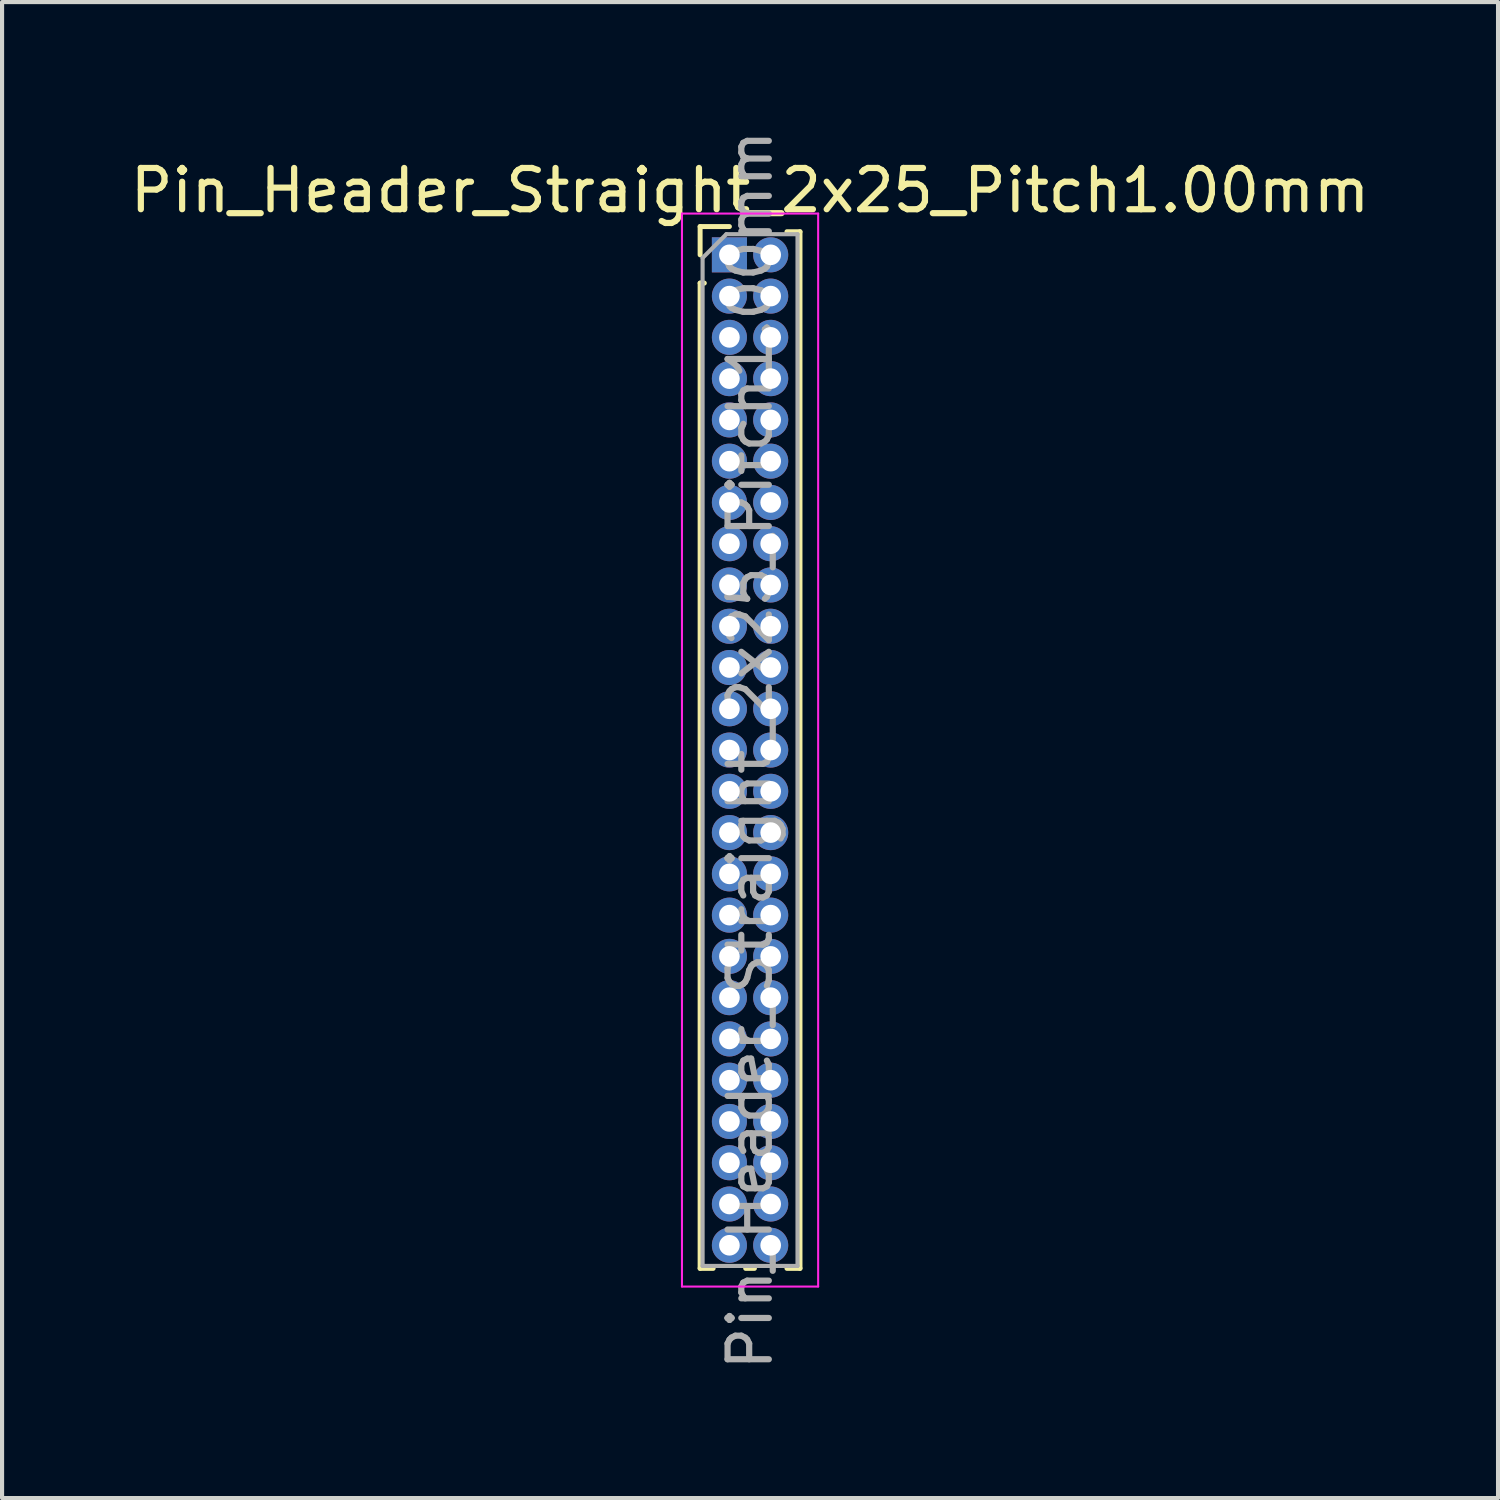
<source format=kicad_pcb>
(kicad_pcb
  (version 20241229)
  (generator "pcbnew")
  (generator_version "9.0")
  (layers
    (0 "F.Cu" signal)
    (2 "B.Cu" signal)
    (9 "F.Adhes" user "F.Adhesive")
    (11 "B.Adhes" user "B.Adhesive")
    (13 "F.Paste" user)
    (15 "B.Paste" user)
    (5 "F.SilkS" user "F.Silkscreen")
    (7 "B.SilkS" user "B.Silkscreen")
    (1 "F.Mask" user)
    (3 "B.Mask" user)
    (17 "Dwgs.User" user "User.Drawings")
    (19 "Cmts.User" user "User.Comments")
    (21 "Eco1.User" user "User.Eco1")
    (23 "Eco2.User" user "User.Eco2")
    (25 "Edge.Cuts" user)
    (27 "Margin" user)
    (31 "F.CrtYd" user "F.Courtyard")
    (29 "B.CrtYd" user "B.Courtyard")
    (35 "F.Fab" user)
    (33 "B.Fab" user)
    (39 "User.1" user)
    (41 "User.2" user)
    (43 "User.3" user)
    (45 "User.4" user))
  (footprint "Pin_Header_Straight_2x25_Pitch1.00mm"
    (layer "F.Cu")
    (at 14.625 3.125)
    (property "Reference" "Pin_Header_Straight_2x25_Pitch1.00mm" (at 0.5 -1.56 0) (layer "F.SilkS") (effects (font (size 1 1) (thickness 0.15))))
    (attr through_hole)
    (fp_line (start -0.71 -0.685) (end 0 -0.685) (stroke (width 0.12) (type solid)) (layer "F.SilkS"))
    (fp_line (start -0.71 0) (end -0.71 -0.685) (stroke (width 0.12) (type solid)) (layer "F.SilkS"))
    (fp_line (start -0.71 0.685) (end -0.71 24.56) (stroke (width 0.12) (type solid)) (layer "F.SilkS"))
    (fp_line (start -0.71 0.685) (end -0.608 0.685) (stroke (width 0.12) (type solid)) (layer "F.SilkS"))
    (fp_line (start -0.71 24.56) (end -0.394 24.56) (stroke (width 0.12) (type solid)) (layer "F.SilkS"))
    (fp_line (start 0.394 24.56) (end 0.606 24.56) (stroke (width 0.12) (type solid)) (layer "F.SilkS"))
    (fp_line (start 1.394 -0.56) (end 1.71 -0.56) (stroke (width 0.12) (type solid)) (layer "F.SilkS"))
    (fp_line (start 1.394 24.56) (end 1.71 24.56) (stroke (width 0.12) (type solid)) (layer "F.SilkS"))
    (fp_line (start 1.71 -0.56) (end 1.71 24.56) (stroke (width 0.12) (type solid)) (layer "F.SilkS"))
    (fp_line (start -1.15 -1) (end -1.15 25) (stroke (width 0.05) (type solid)) (layer "F.CrtYd"))
    (fp_line (start -1.15 25) (end 2.15 25) (stroke (width 0.05) (type solid)) (layer "F.CrtYd"))
    (fp_line (start 2.15 -1) (end -1.15 -1) (stroke (width 0.05) (type solid)) (layer "F.CrtYd"))
    (fp_line (start 2.15 25) (end 2.15 -1) (stroke (width 0.05) (type solid)) (layer "F.CrtYd"))
    (fp_line (start -0.65 0.075) (end -0.075 -0.5) (stroke (width 0.1) (type solid)) (layer "F.Fab"))
    (fp_line (start -0.65 24.5) (end -0.65 0.075) (stroke (width 0.1) (type solid)) (layer "F.Fab"))
    (fp_line (start -0.075 -0.5) (end 1.65 -0.5) (stroke (width 0.1) (type solid)) (layer "F.Fab"))
    (fp_line (start 1.65 -0.5) (end 1.65 24.5) (stroke (width 0.1) (type solid)) (layer "F.Fab"))
    (fp_line (start 1.65 24.5) (end -0.65 24.5) (stroke (width 0.1) (type solid)) (layer "F.Fab"))
    (fp_text user "${REFERENCE}" (at 0.5 12 90) (layer "F.Fab") (effects (font (size 1 1) (thickness 0.15))))
    (pad "1" thru_hole rect (at 0 0) (size 0.85 0.85) (drill 0.5) (layers "*.Cu" "*.Mask"))
    (pad "2" thru_hole oval (at 1 0) (size 0.85 0.85) (drill 0.5) (layers "*.Cu" "*.Mask"))
    (pad "3" thru_hole oval (at 0 1) (size 0.85 0.85) (drill 0.5) (layers "*.Cu" "*.Mask"))
    (pad "4" thru_hole oval (at 1 1) (size 0.85 0.85) (drill 0.5) (layers "*.Cu" "*.Mask"))
    (pad "5" thru_hole oval (at 0 2) (size 0.85 0.85) (drill 0.5) (layers "*.Cu" "*.Mask"))
    (pad "6" thru_hole oval (at 1 2) (size 0.85 0.85) (drill 0.5) (layers "*.Cu" "*.Mask"))
    (pad "7" thru_hole oval (at 0 3) (size 0.85 0.85) (drill 0.5) (layers "*.Cu" "*.Mask"))
    (pad "8" thru_hole oval (at 1 3) (size 0.85 0.85) (drill 0.5) (layers "*.Cu" "*.Mask"))
    (pad "9" thru_hole oval (at 0 4) (size 0.85 0.85) (drill 0.5) (layers "*.Cu" "*.Mask"))
    (pad "10" thru_hole oval (at 1 4) (size 0.85 0.85) (drill 0.5) (layers "*.Cu" "*.Mask"))
    (pad "11" thru_hole oval (at 0 5) (size 0.85 0.85) (drill 0.5) (layers "*.Cu" "*.Mask"))
    (pad "12" thru_hole oval (at 1 5) (size 0.85 0.85) (drill 0.5) (layers "*.Cu" "*.Mask"))
    (pad "13" thru_hole oval (at 0 6) (size 0.85 0.85) (drill 0.5) (layers "*.Cu" "*.Mask"))
    (pad "14" thru_hole oval (at 1 6) (size 0.85 0.85) (drill 0.5) (layers "*.Cu" "*.Mask"))
    (pad "15" thru_hole oval (at 0 7) (size 0.85 0.85) (drill 0.5) (layers "*.Cu" "*.Mask"))
    (pad "16" thru_hole oval (at 1 7) (size 0.85 0.85) (drill 0.5) (layers "*.Cu" "*.Mask"))
    (pad "17" thru_hole oval (at 0 8) (size 0.85 0.85) (drill 0.5) (layers "*.Cu" "*.Mask"))
    (pad "18" thru_hole oval (at 1 8) (size 0.85 0.85) (drill 0.5) (layers "*.Cu" "*.Mask"))
    (pad "19" thru_hole oval (at 0 9) (size 0.85 0.85) (drill 0.5) (layers "*.Cu" "*.Mask"))
    (pad "20" thru_hole oval (at 1 9) (size 0.85 0.85) (drill 0.5) (layers "*.Cu" "*.Mask"))
    (pad "21" thru_hole oval (at 0 10) (size 0.85 0.85) (drill 0.5) (layers "*.Cu" "*.Mask"))
    (pad "22" thru_hole oval (at 1 10) (size 0.85 0.85) (drill 0.5) (layers "*.Cu" "*.Mask"))
    (pad "23" thru_hole oval (at 0 11) (size 0.85 0.85) (drill 0.5) (layers "*.Cu" "*.Mask"))
    (pad "24" thru_hole oval (at 1 11) (size 0.85 0.85) (drill 0.5) (layers "*.Cu" "*.Mask"))
    (pad "25" thru_hole oval (at 0 12) (size 0.85 0.85) (drill 0.5) (layers "*.Cu" "*.Mask"))
    (pad "26" thru_hole oval (at 1 12) (size 0.85 0.85) (drill 0.5) (layers "*.Cu" "*.Mask"))
    (pad "27" thru_hole oval (at 0 13) (size 0.85 0.85) (drill 0.5) (layers "*.Cu" "*.Mask"))
    (pad "28" thru_hole oval (at 1 13) (size 0.85 0.85) (drill 0.5) (layers "*.Cu" "*.Mask"))
    (pad "29" thru_hole oval (at 0 14) (size 0.85 0.85) (drill 0.5) (layers "*.Cu" "*.Mask"))
    (pad "30" thru_hole oval (at 1 14) (size 0.85 0.85) (drill 0.5) (layers "*.Cu" "*.Mask"))
    (pad "31" thru_hole oval (at 0 15) (size 0.85 0.85) (drill 0.5) (layers "*.Cu" "*.Mask"))
    (pad "32" thru_hole oval (at 1 15) (size 0.85 0.85) (drill 0.5) (layers "*.Cu" "*.Mask"))
    (pad "33" thru_hole oval (at 0 16) (size 0.85 0.85) (drill 0.5) (layers "*.Cu" "*.Mask"))
    (pad "34" thru_hole oval (at 1 16) (size 0.85 0.85) (drill 0.5) (layers "*.Cu" "*.Mask"))
    (pad "35" thru_hole oval (at 0 17) (size 0.85 0.85) (drill 0.5) (layers "*.Cu" "*.Mask"))
    (pad "36" thru_hole oval (at 1 17) (size 0.85 0.85) (drill 0.5) (layers "*.Cu" "*.Mask"))
    (pad "37" thru_hole oval (at 0 18) (size 0.85 0.85) (drill 0.5) (layers "*.Cu" "*.Mask"))
    (pad "38" thru_hole oval (at 1 18) (size 0.85 0.85) (drill 0.5) (layers "*.Cu" "*.Mask"))
    (pad "39" thru_hole oval (at 0 19) (size 0.85 0.85) (drill 0.5) (layers "*.Cu" "*.Mask"))
    (pad "40" thru_hole oval (at 1 19) (size 0.85 0.85) (drill 0.5) (layers "*.Cu" "*.Mask"))
    (pad "41" thru_hole oval (at 0 20) (size 0.85 0.85) (drill 0.5) (layers "*.Cu" "*.Mask"))
    (pad "42" thru_hole oval (at 1 20) (size 0.85 0.85) (drill 0.5) (layers "*.Cu" "*.Mask"))
    (pad "43" thru_hole oval (at 0 21) (size 0.85 0.85) (drill 0.5) (layers "*.Cu" "*.Mask"))
    (pad "44" thru_hole oval (at 1 21) (size 0.85 0.85) (drill 0.5) (layers "*.Cu" "*.Mask"))
    (pad "45" thru_hole oval (at 0 22) (size 0.85 0.85) (drill 0.5) (layers "*.Cu" "*.Mask"))
    (pad "46" thru_hole oval (at 1 22) (size 0.85 0.85) (drill 0.5) (layers "*.Cu" "*.Mask"))
    (pad "47" thru_hole oval (at 0 23) (size 0.85 0.85) (drill 0.5) (layers "*.Cu" "*.Mask"))
    (pad "48" thru_hole oval (at 1 23) (size 0.85 0.85) (drill 0.5) (layers "*.Cu" "*.Mask"))
    (pad "49" thru_hole oval (at 0 24) (size 0.85 0.85) (drill 0.5) (layers "*.Cu" "*.Mask"))
    (pad "50" thru_hole oval (at 1 24) (size 0.85 0.85) (drill 0.5) (layers "*.Cu" "*.Mask")))
  (gr_rect
    (start -3 -3)
    (end 33.25 33.25)
    (stroke (width 0.1) (type default))
    (fill no)
    (layer "Edge.Cuts")))
</source>
